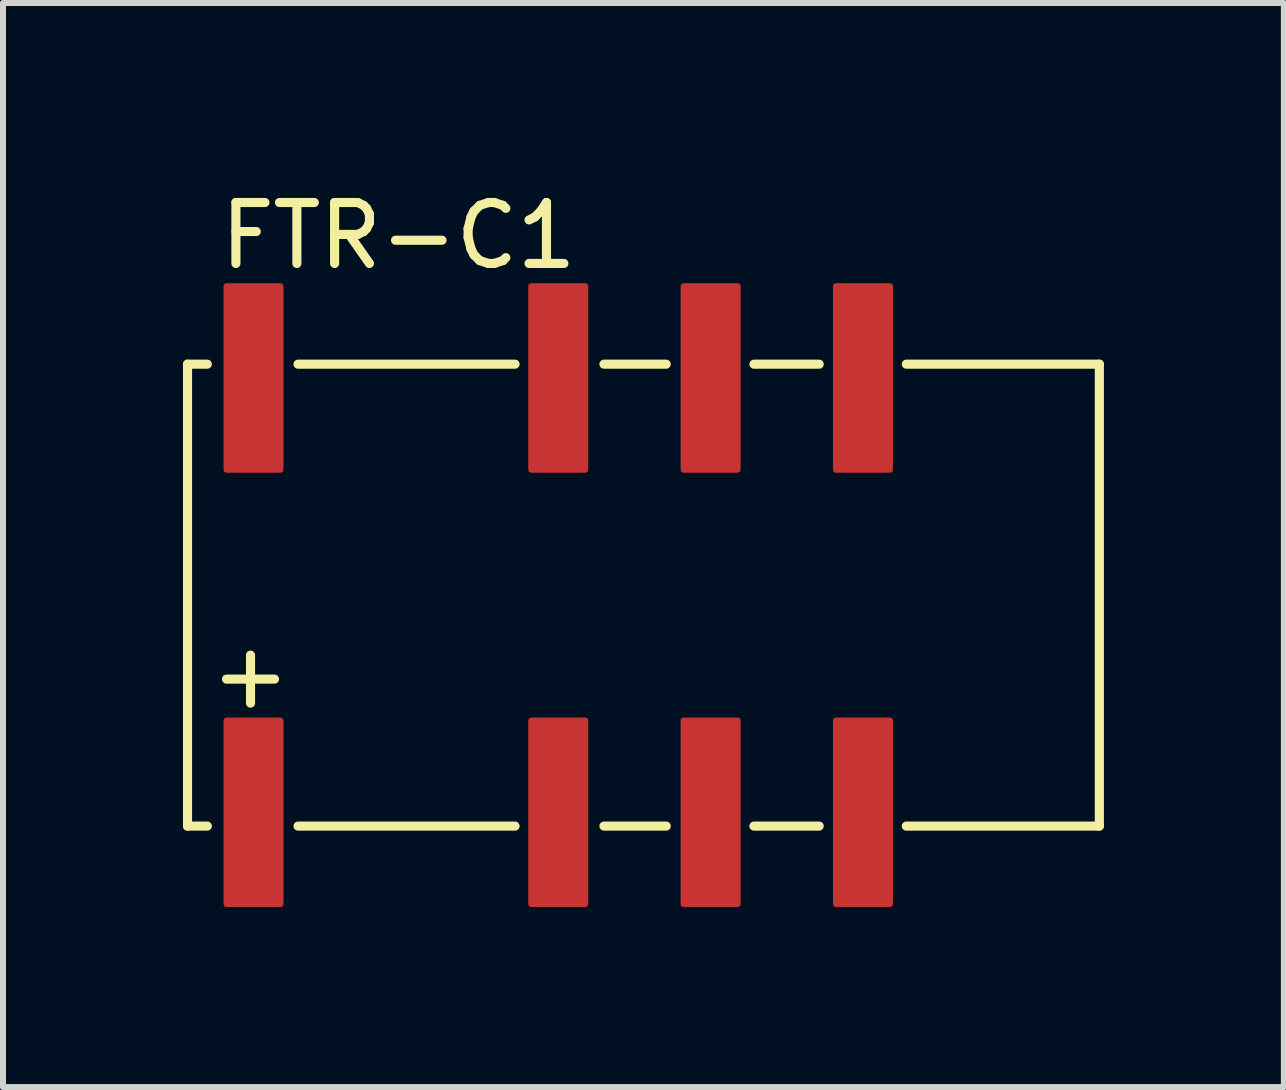
<source format=kicad_pcb>
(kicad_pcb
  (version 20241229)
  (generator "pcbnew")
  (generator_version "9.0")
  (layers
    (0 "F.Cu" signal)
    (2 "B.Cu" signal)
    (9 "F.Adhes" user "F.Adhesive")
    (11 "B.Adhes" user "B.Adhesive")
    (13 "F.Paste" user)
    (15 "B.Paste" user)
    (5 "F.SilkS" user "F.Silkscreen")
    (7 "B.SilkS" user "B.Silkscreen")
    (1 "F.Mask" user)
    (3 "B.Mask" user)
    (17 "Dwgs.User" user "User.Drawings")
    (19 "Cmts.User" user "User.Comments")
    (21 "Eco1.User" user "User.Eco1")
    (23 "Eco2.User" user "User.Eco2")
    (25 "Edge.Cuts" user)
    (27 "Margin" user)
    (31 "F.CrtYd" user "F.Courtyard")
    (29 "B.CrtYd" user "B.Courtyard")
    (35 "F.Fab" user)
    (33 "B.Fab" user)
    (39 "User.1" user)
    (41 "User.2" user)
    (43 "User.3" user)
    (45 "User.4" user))
  (footprint "FTR-C1"
    (layer "F.Cu")
    (at 7.526 6.871)
    (property "Reference" "FTR-C1" (at -6.985 -5.397 0) (layer "F.SilkS") (effects (font (size 1.016 1.016) (thickness 0.152)) (justify left bottom)))
    (attr smd)
    (fp_line (start -7.45 -3.85) (end -7.12 -3.85) (stroke (width 0.152) (type solid)) (layer "F.SilkS"))
    (fp_line (start -7.45 3.85) (end -7.45 -3.85) (stroke (width 0.152) (type solid)) (layer "F.SilkS"))
    (fp_line (start -7.12 3.85) (end -7.45 3.85) (stroke (width 0.152) (type solid)) (layer "F.SilkS"))
    (fp_line (start -6.8 1.4) (end -6 1.4) (stroke (width 0.152) (type default)) (layer "F.SilkS"))
    (fp_line (start -6.4 1) (end -6.4 1.8) (stroke (width 0.152) (type default)) (layer "F.SilkS"))
    (fp_line (start -1.99 -3.85) (end -5.608 -3.85) (stroke (width 0.152) (type solid)) (layer "F.SilkS"))
    (fp_line (start -1.99 3.85) (end -5.608 3.85) (stroke (width 0.152) (type solid)) (layer "F.SilkS"))
    (fp_line (start 0.53 -3.85) (end -0.508 -3.85) (stroke (width 0.152) (type solid)) (layer "F.SilkS"))
    (fp_line (start 0.53 3.85) (end -0.508 3.85) (stroke (width 0.152) (type solid)) (layer "F.SilkS"))
    (fp_line (start 3.08 -3.85) (end 1.992 -3.85) (stroke (width 0.152) (type solid)) (layer "F.SilkS"))
    (fp_line (start 3.08 3.85) (end 1.992 3.85) (stroke (width 0.152) (type solid)) (layer "F.SilkS"))
    (fp_line (start 7.75 -3.85) (end 4.532 -3.85) (stroke (width 0.152) (type solid)) (layer "F.SilkS"))
    (fp_line (start 7.75 3.85) (end 4.532 3.85) (stroke (width 0.152) (type solid)) (layer "F.SilkS"))
    (fp_line (start 7.75 3.85) (end 7.75 -3.85) (stroke (width 0.152) (type solid)) (layer "F.SilkS"))
    (pad "1" smd roundrect (at -6.35 3.62 90) (size 3.16 1) (layers "F.Cu" "F.Mask" "F.Paste") (roundrect_rratio 0.051))
    (pad "3" smd roundrect (at -1.27 3.62 90) (size 3.16 1) (layers "F.Cu" "F.Mask" "F.Paste") (roundrect_rratio 0.051))
    (pad "4" smd roundrect (at 1.27 3.62 90) (size 3.16 1) (layers "F.Cu" "F.Mask" "F.Paste") (roundrect_rratio 0.051))
    (pad "5" smd roundrect (at 3.81 3.62 90) (size 3.16 1) (layers "F.Cu" "F.Mask" "F.Paste") (roundrect_rratio 0.051))
    (pad "8" smd roundrect (at 3.81 -3.62 90) (size 3.16 1) (layers "F.Cu" "F.Mask" "F.Paste") (roundrect_rratio 0.051))
    (pad "9" smd roundrect (at 1.27 -3.62 90) (size 3.16 1) (layers "F.Cu" "F.Mask" "F.Paste") (roundrect_rratio 0.051))
    (pad "10" smd roundrect (at -1.27 -3.62 90) (size 3.16 1) (layers "F.Cu" "F.Mask" "F.Paste") (roundrect_rratio 0.051))
    (pad "12" smd roundrect (at -6.35 -3.62 90) (size 3.16 1) (layers "F.Cu" "F.Mask" "F.Paste") (roundrect_rratio 0.051)))
  (gr_rect
    (start -3 -3)
    (end 18.352 15.071)
    (stroke (width 0.1) (type default))
    (fill no)
    (layer "Edge.Cuts")))
</source>
